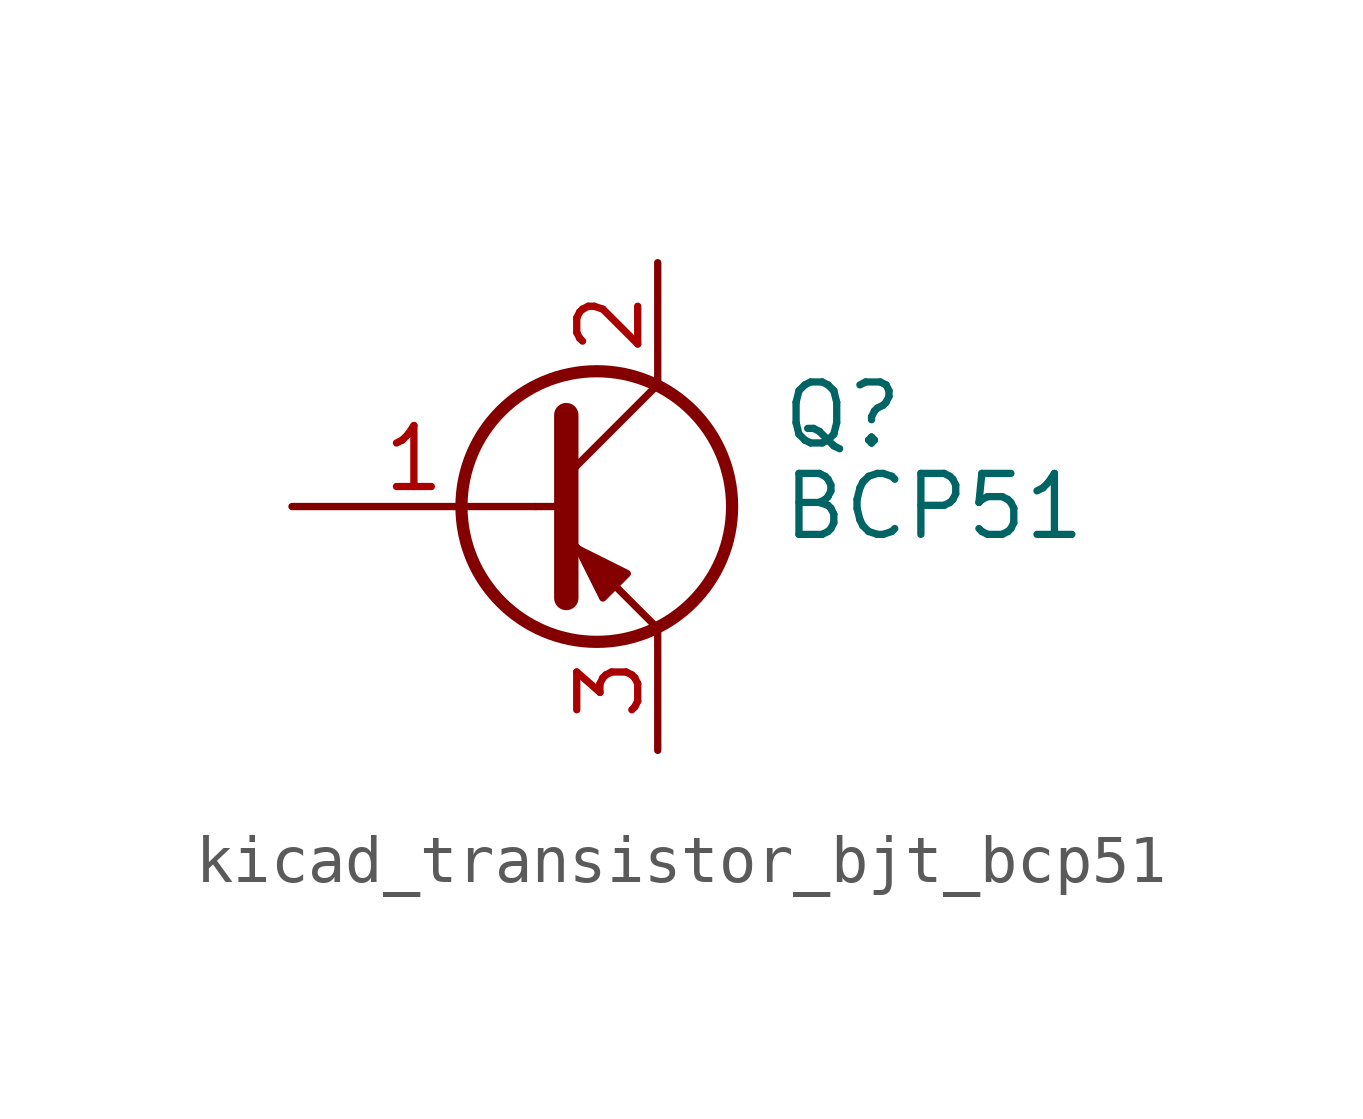
<source format=kicad_sym>
(kicad_symbol_lib
  (version 20220914)
  (generator kicad_symbol_editor)
  (symbol "kicad_transistor_bjt_bcp51"
    (pin_names
      (offset 0) hide)
    (property "Reference" "Q"
      (at 5.08 1.905 0)
      (effects (font (size 1.27 1.27)) (justify left)))
    (property "Value" "BCP51"
      (at 5.08 0 0)
      (effects (font (size 1.27 1.27)) (justify left)))
    (symbol "kicad_transistor_bjt_bcp51_0_1"
      (polyline (pts (xy 0 0) (xy 0.635 0)) (stroke (width 0) (type default)) (fill (type none)))
      (polyline (pts (xy 2.54 -2.54) (xy 0.635 -0.635)) (stroke (width 0) (type default)) (fill (type none)))
      (polyline (pts (xy 2.54 2.54) (xy 0.635 0.635)) (stroke (width 0) (type default)) (fill (type none)))
      (polyline (pts (xy 0.635 1.905) (xy 0.635 -1.905) (xy 0.635 -1.905)) (stroke (width 0.508) (type default)) (fill (type outline)))
      (polyline (pts (xy 1.397 -1.905) (xy 1.905 -1.397) (xy 0.889 -0.889) (xy 1.397 -1.905) (xy 1.397 -1.905)) (stroke (width 0) (type default)) (fill (type outline)))
      (circle (center 1.27 0) (radius 2.819) (stroke (width 0.254) (type default)) (fill (type none))))
    (symbol "kicad_transistor_bjt_bcp51_1_1"
      (pin input line (at -5.08 0 0) (length 5.08) (name "B" (effects (font (size 1.27 1.27)))) (number "1" (effects (font (size 1.27 1.27)))))
      (pin passive line (at 2.54 5.08 270) (length 2.54) (name "C" (effects (font (size 1.27 1.27)))) (number "2" (effects (font (size 1.27 1.27)))))
      (pin passive line (at 2.54 -5.08 90) (length 2.54) (name "E" (effects (font (size 1.27 1.27)))) (number "3" (effects (font (size 1.27 1.27))))))))
</source>
